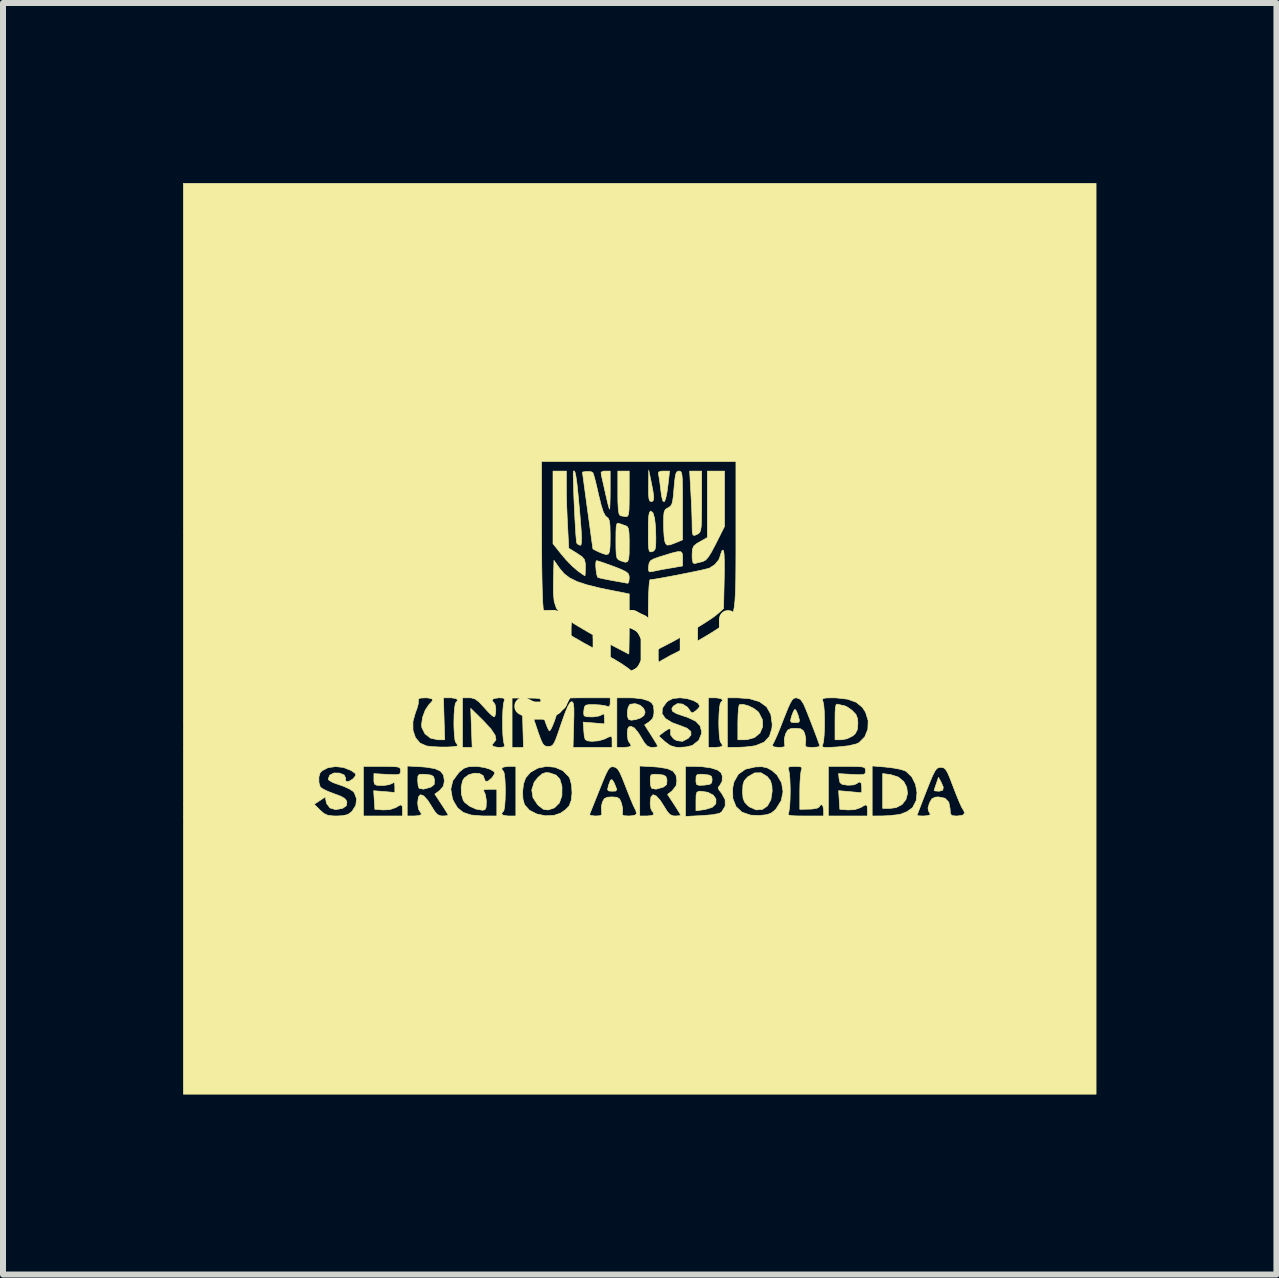
<source format=kicad_pcb>
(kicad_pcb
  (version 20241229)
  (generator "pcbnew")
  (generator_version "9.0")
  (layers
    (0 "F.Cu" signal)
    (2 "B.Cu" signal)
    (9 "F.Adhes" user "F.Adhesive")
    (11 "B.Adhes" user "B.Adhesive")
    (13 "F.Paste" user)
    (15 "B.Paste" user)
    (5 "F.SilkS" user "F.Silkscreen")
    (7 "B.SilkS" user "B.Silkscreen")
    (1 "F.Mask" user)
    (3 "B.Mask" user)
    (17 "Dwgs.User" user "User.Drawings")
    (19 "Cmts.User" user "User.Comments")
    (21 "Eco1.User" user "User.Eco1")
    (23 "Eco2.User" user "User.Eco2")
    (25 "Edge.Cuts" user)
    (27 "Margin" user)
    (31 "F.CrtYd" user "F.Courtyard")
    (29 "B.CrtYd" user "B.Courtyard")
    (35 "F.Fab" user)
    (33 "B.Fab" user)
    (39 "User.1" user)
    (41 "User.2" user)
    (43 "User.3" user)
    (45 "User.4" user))
  (footprint "logousa"
    (layer "F.Cu")
    (at 7.593 7.593)
    (property "Reference" "logousa" (at 0 0 0) (layer "F.SilkS") (effects (font (size 1.524 1.524) (thickness 0.3))))
    (attr through_hole)
    (fp_poly (pts (xy -0.416 2.389) (xy -0.388 2.453) (xy -0.366 2.514) (xy -0.384 2.537) (xy -0.442 2.54) (xy -0.501 2.536) (xy -0.52 2.514) (xy -0.507 2.454) (xy -0.499 2.428) (xy -0.473 2.359) (xy -0.448 2.345) (xy -0.416 2.389)) (stroke (width 0.01) (type solid)) (fill yes) (layer "F.SilkS"))
    (fp_poly (pts (xy 0.209 -2.603) (xy 0.237 -2.459) (xy 0.249 -2.365) (xy 0.246 -2.312) (xy 0.227 -2.289) (xy 0.206 -2.286) (xy 0.182 -2.297) (xy 0.169 -2.338) (xy 0.163 -2.421) (xy 0.163 -2.548) (xy 0.166 -2.81) (xy 0.209 -2.603)) (stroke (width 0.01) (type solid)) (fill yes) (layer "F.SilkS"))
    (fp_poly (pts (xy 4.199 2.264) (xy 4.326 2.305) (xy 4.415 2.379) (xy 4.465 2.474) (xy 4.478 2.578) (xy 4.452 2.677) (xy 4.389 2.76) (xy 4.289 2.813) (xy 4.192 2.826) (xy 4.064 2.826) (xy 4.064 2.246) (xy 4.199 2.264)) (stroke (width 0.01) (type solid)) (fill yes) (layer "F.SilkS"))
    (fp_poly (pts (xy 5.036 2.385) (xy 5.074 2.473) (xy 5.065 2.523) (xy 5.008 2.54) (xy 5.001 2.54) (xy 4.941 2.536) (xy 4.921 2.529) (xy 4.931 2.494) (xy 4.954 2.425) (xy 4.958 2.414) (xy 4.994 2.309) (xy 5.036 2.385)) (stroke (width 0.01) (type solid)) (fill yes) (layer "F.SilkS"))
    (fp_poly (pts (xy 1.151 2.558) (xy 1.243 2.607) (xy 1.286 2.669) (xy 1.285 2.749) (xy 1.225 2.808) (xy 1.109 2.844) (xy 1.084 2.848) (xy 0.953 2.866) (xy 0.953 2.703) (xy 0.955 2.607) (xy 0.968 2.559) (xy 0.998 2.542) (xy 1.03 2.54) (xy 1.151 2.558)) (stroke (width 0.01) (type solid)) (fill yes) (layer "F.SilkS"))
    (fp_poly (pts (xy 0.022 1.108) (xy 0.081 1.159) (xy 0.106 1.222) (xy 0.086 1.279) (xy 0.032 1.318) (xy -0.047 1.346) (xy -0.123 1.357) (xy -0.168 1.345) (xy -0.189 1.292) (xy -0.19 1.212) (xy -0.175 1.137) (xy -0.146 1.092) (xy -0.143 1.091) (xy -0.058 1.081) (xy 0.022 1.108)) (stroke (width 0.01) (type solid)) (fill yes) (layer "F.SilkS"))
    (fp_poly (pts (xy 0.493 -2.611) (xy 0.471 -2.442) (xy 0.448 -2.332) (xy 0.425 -2.283) (xy 0.402 -2.295) (xy 0.382 -2.369) (xy 0.366 -2.484) (xy 0.352 -2.599) (xy 0.338 -2.693) (xy 0.329 -2.738) (xy 0.33 -2.778) (xy 0.375 -2.793) (xy 0.413 -2.794) (xy 0.513 -2.794) (xy 0.493 -2.611)) (stroke (width 0.01) (type solid)) (fill yes) (layer "F.SilkS"))
    (fp_poly (pts (xy 2.626 1.202) (xy 2.653 1.269) (xy 2.659 1.286) (xy 2.678 1.359) (xy 2.669 1.39) (xy 2.622 1.397) (xy 2.603 1.397) (xy 2.546 1.393) (xy 2.528 1.37) (xy 2.541 1.309) (xy 2.548 1.286) (xy 2.576 1.213) (xy 2.6 1.176) (xy 2.603 1.175) (xy 2.626 1.202)) (stroke (width 0.01) (type solid)) (fill yes) (layer "F.SilkS"))
    (fp_poly (pts (xy -0.159 -2.413) (xy -0.16 -2.251) (xy -0.163 -2.143) (xy -0.171 -2.078) (xy -0.184 -2.045) (xy -0.205 -2.035) (xy -0.214 -2.035) (xy -0.286 -2.046) (xy -0.31 -2.053) (xy -0.329 -2.083) (xy -0.341 -2.158) (xy -0.348 -2.285) (xy -0.349 -2.432) (xy -0.349 -2.794) (xy -0.159 -2.794) (xy -0.159 -2.413)) (stroke (width 0.01) (type solid)) (fill yes) (layer "F.SilkS"))
    (fp_poly (pts (xy 1.087 2.26) (xy 1.173 2.271) (xy 1.212 2.293) (xy 1.222 2.339) (xy 1.222 2.349) (xy 1.215 2.4) (xy 1.182 2.426) (xy 1.104 2.437) (xy 1.087 2.439) (xy 1.003 2.442) (xy 0.964 2.428) (xy 0.953 2.385) (xy 0.953 2.349) (xy 0.956 2.288) (xy 0.979 2.261) (xy 1.039 2.257) (xy 1.087 2.26)) (stroke (width 0.01) (type solid)) (fill yes) (layer "F.SilkS"))
    (fp_poly (pts (xy -3.548 2.26) (xy -3.462 2.271) (xy -3.42 2.296) (xy -3.404 2.346) (xy -3.403 2.357) (xy -3.409 2.428) (xy -3.459 2.469) (xy -3.477 2.476) (xy -3.586 2.506) (xy -3.653 2.495) (xy -3.662 2.487) (xy -3.676 2.444) (xy -3.683 2.366) (xy -3.683 2.358) (xy -3.68 2.291) (xy -3.659 2.262) (xy -3.602 2.257) (xy -3.548 2.26)) (stroke (width 0.01) (type solid)) (fill yes) (layer "F.SilkS"))
    (fp_poly (pts (xy -0.476 -2.477) (xy -0.477 -2.343) (xy -0.48 -2.237) (xy -0.484 -2.173) (xy -0.487 -2.159) (xy -0.498 -2.188) (xy -0.518 -2.264) (xy -0.543 -2.372) (xy -0.551 -2.405) (xy -0.579 -2.532) (xy -0.604 -2.643) (xy -0.621 -2.716) (xy -0.623 -2.723) (xy -0.628 -2.775) (xy -0.591 -2.793) (xy -0.559 -2.794) (xy -0.476 -2.794) (xy -0.476 -2.477)) (stroke (width 0.01) (type solid)) (fill yes) (layer "F.SilkS"))
    (fp_poly (pts (xy 0.325 2.26) (xy 0.412 2.271) (xy 0.453 2.296) (xy 0.469 2.346) (xy 0.47 2.357) (xy 0.465 2.428) (xy 0.415 2.469) (xy 0.397 2.476) (xy 0.288 2.506) (xy 0.221 2.495) (xy 0.212 2.487) (xy 0.197 2.444) (xy 0.191 2.366) (xy 0.191 2.358) (xy 0.194 2.291) (xy 0.215 2.262) (xy 0.272 2.257) (xy 0.325 2.26)) (stroke (width 0.01) (type solid)) (fill yes) (layer "F.SilkS"))
    (fp_poly (pts (xy 1.824 1.116) (xy 1.915 1.16) (xy 1.987 1.215) (xy 1.999 1.228) (xy 2.06 1.347) (xy 2.065 1.465) (xy 2.02 1.569) (xy 1.931 1.645) (xy 1.806 1.681) (xy 1.774 1.683) (xy 1.651 1.683) (xy 1.651 1.399) (xy 1.654 1.271) (xy 1.661 1.169) (xy 1.672 1.108) (xy 1.678 1.098) (xy 1.737 1.093) (xy 1.824 1.116)) (stroke (width 0.01) (type solid)) (fill yes) (layer "F.SilkS"))
    (fp_poly (pts (xy -1.483 2.235) (xy -1.378 2.272) (xy -1.315 2.339) (xy -1.282 2.451) (xy -1.279 2.472) (xy -1.281 2.617) (xy -1.323 2.736) (xy -1.401 2.814) (xy -1.417 2.822) (xy -1.512 2.853) (xy -1.589 2.841) (xy -1.67 2.779) (xy -1.685 2.765) (xy -1.763 2.647) (xy -1.783 2.519) (xy -1.743 2.392) (xy -1.681 2.312) (xy -1.609 2.25) (xy -1.547 2.229) (xy -1.483 2.235)) (stroke (width 0.01) (type solid)) (fill yes) (layer "F.SilkS"))
    (fp_poly (pts (xy 0.238 -2.096) (xy 0.264 -2.006) (xy 0.28 -1.86) (xy 0.285 -1.679) (xy 0.283 -1.564) (xy 0.274 -1.497) (xy 0.252 -1.464) (xy 0.222 -1.451) (xy 0.194 -1.447) (xy 0.176 -1.46) (xy 0.166 -1.5) (xy 0.16 -1.578) (xy 0.159 -1.704) (xy 0.159 -1.781) (xy 0.16 -1.939) (xy 0.166 -2.044) (xy 0.177 -2.103) (xy 0.195 -2.126) (xy 0.202 -2.127) (xy 0.238 -2.096)) (stroke (width 0.01) (type solid)) (fill yes) (layer "F.SilkS"))
    (fp_poly (pts (xy 0.698 -1.451) (xy 0.723 -1.427) (xy 0.73 -1.377) (xy 0.73 -1.337) (xy 0.73 -1.213) (xy 0.516 -1.176) (xy 0.395 -1.155) (xy 0.29 -1.134) (xy 0.228 -1.121) (xy 0.178 -1.115) (xy 0.161 -1.142) (xy 0.164 -1.208) (xy 0.173 -1.262) (xy 0.195 -1.299) (xy 0.243 -1.328) (xy 0.33 -1.36) (xy 0.413 -1.386) (xy 0.554 -1.429) (xy 0.646 -1.451) (xy 0.698 -1.451)) (stroke (width 0.01) (type solid)) (fill yes) (layer "F.SilkS"))
    (fp_poly (pts (xy 1.048 -2.287) (xy 1.047 -2.096) (xy 1.045 -1.959) (xy 1.04 -1.866) (xy 1.03 -1.807) (xy 1.016 -1.772) (xy 0.995 -1.753) (xy 0.986 -1.747) (xy 0.934 -1.723) (xy 0.905 -1.727) (xy 0.892 -1.771) (xy 0.889 -1.866) (xy 0.889 -1.897) (xy 0.887 -2.007) (xy 0.882 -2.157) (xy 0.874 -2.325) (xy 0.868 -2.437) (xy 0.848 -2.794) (xy 1.048 -2.794) (xy 1.048 -2.287)) (stroke (width 0.01) (type solid)) (fill yes) (layer "F.SilkS"))
    (fp_poly (pts (xy 1.429 -1.872) (xy 1.286 -1.587) (xy 1.215 -1.452) (xy 1.161 -1.364) (xy 1.115 -1.312) (xy 1.07 -1.288) (xy 1.056 -1.284) (xy 0.977 -1.265) (xy 0.929 -1.252) (xy 0.903 -1.267) (xy 0.89 -1.335) (xy 0.889 -1.392) (xy 0.893 -1.487) (xy 0.915 -1.543) (xy 0.968 -1.588) (xy 1.016 -1.615) (xy 1.143 -1.687) (xy 1.143 -2.794) (xy 1.429 -2.794) (xy 1.429 -1.872)) (stroke (width 0.01) (type solid)) (fill yes) (layer "F.SilkS"))
    (fp_poly (pts (xy 3.32 1.092) (xy 3.39 1.109) (xy 3.413 1.111) (xy 3.463 1.13) (xy 3.534 1.178) (xy 3.554 1.193) (xy 3.619 1.261) (xy 3.647 1.335) (xy 3.651 1.413) (xy 3.642 1.514) (xy 3.608 1.58) (xy 3.568 1.617) (xy 3.471 1.666) (xy 3.377 1.683) (xy 3.27 1.683) (xy 3.27 1.378) (xy 3.271 1.236) (xy 3.276 1.148) (xy 3.287 1.102) (xy 3.304 1.089) (xy 3.32 1.092)) (stroke (width 0.01) (type solid)) (fill yes) (layer "F.SilkS"))
    (fp_poly (pts (xy 2.139 2.295) (xy 2.145 2.3) (xy 2.195 2.366) (xy 2.218 2.447) (xy 2.223 2.54) (xy 2.201 2.683) (xy 2.144 2.786) (xy 2.059 2.844) (xy 1.957 2.851) (xy 1.847 2.803) (xy 1.819 2.781) (xy 1.765 2.724) (xy 1.738 2.66) (xy 1.73 2.562) (xy 1.73 2.54) (xy 1.736 2.434) (xy 1.758 2.366) (xy 1.807 2.31) (xy 1.819 2.299) (xy 1.93 2.235) (xy 2.037 2.233) (xy 2.139 2.295)) (stroke (width 0.01) (type solid)) (fill yes) (layer "F.SilkS"))
    (fp_poly (pts (xy -1.206 -2.529) (xy -1.205 -2.383) (xy -1.2 -2.201) (xy -1.192 -2.01) (xy -1.186 -1.886) (xy -1.166 -1.508) (xy -1.027 -1.422) (xy -0.945 -1.367) (xy -0.904 -1.318) (xy -0.89 -1.253) (xy -0.889 -1.192) (xy -0.891 -1.106) (xy -0.895 -1.055) (xy -0.897 -1.049) (xy -0.925 -1.066) (xy -0.987 -1.11) (xy -1.023 -1.136) (xy -1.105 -1.207) (xy -1.202 -1.306) (xy -1.285 -1.403) (xy -1.429 -1.583) (xy -1.429 -2.794) (xy -1.206 -2.794) (xy -1.206 -2.529)) (stroke (width 0.01) (type solid)) (fill yes) (layer "F.SilkS"))
    (fp_poly (pts (xy -0.662 -1.291) (xy -0.576 -1.262) (xy -0.462 -1.221) (xy -0.415 -1.204) (xy -0.291 -1.155) (xy -0.215 -1.118) (xy -0.176 -1.086) (xy -0.161 -1.048) (xy -0.159 -1.013) (xy -0.166 -0.949) (xy -0.183 -0.924) (xy -0.223 -0.931) (xy -0.309 -0.947) (xy -0.423 -0.967) (xy -0.44 -0.97) (xy -0.554 -0.992) (xy -0.639 -1.01) (xy -0.681 -1.022) (xy -0.683 -1.022) (xy -0.699 -1.066) (xy -0.711 -1.139) (xy -0.717 -1.219) (xy -0.714 -1.281) (xy -0.704 -1.302) (xy -0.662 -1.291)) (stroke (width 0.01) (type solid)) (fill yes) (layer "F.SilkS"))
    (fp_poly (pts (xy -0.325 -1.921) (xy -0.245 -1.892) (xy -0.214 -1.882) (xy -0.188 -1.866) (xy -0.171 -1.829) (xy -0.162 -1.759) (xy -0.159 -1.644) (xy -0.159 -1.568) (xy -0.16 -1.422) (xy -0.168 -1.331) (xy -0.187 -1.285) (xy -0.223 -1.275) (xy -0.282 -1.292) (xy -0.31 -1.303) (xy -0.343 -1.32) (xy -0.364 -1.349) (xy -0.375 -1.402) (xy -0.38 -1.492) (xy -0.381 -1.633) (xy -0.381 -1.637) (xy -0.38 -1.778) (xy -0.376 -1.866) (xy -0.366 -1.912) (xy -0.349 -1.926) (xy -0.325 -1.921)) (stroke (width 0.01) (type solid)) (fill yes) (layer "F.SilkS"))
    (fp_poly (pts (xy -1.061 -2.771) (xy -1.047 -2.706) (xy -1.031 -2.596) (xy -1.014 -2.436) (xy -0.994 -2.22) (xy -0.988 -2.162) (xy -0.97 -1.946) (xy -0.958 -1.786) (xy -0.953 -1.674) (xy -0.955 -1.604) (xy -0.962 -1.567) (xy -0.976 -1.556) (xy -0.976 -1.556) (xy -1.024 -1.581) (xy -1.034 -1.598) (xy -1.04 -1.641) (xy -1.048 -1.733) (xy -1.056 -1.863) (xy -1.065 -2.018) (xy -1.073 -2.185) (xy -1.081 -2.354) (xy -1.086 -2.51) (xy -1.09 -2.643) (xy -1.092 -2.74) (xy -1.09 -2.788) (xy -1.089 -2.791) (xy -1.075 -2.798) (xy -1.061 -2.771)) (stroke (width 0.01) (type solid)) (fill yes) (layer "F.SilkS"))
    (fp_poly (pts (xy -1.313 -1.165) (xy -1.241 -1.082) (xy -1.15 -1.013) (xy -1.028 -0.953) (xy -0.868 -0.9) (xy -0.659 -0.848) (xy -0.5 -0.815) (xy -0.159 -0.747) (xy -0.159 -0.247) (xy -0.159 -0.076) (xy -0.161 0.069) (xy -0.163 0.179) (xy -0.165 0.242) (xy -0.167 0.254) (xy -0.196 0.239) (xy -0.27 0.201) (xy -0.377 0.145) (xy -0.494 0.083) (xy -0.657 -0.006) (xy -0.833 -0.105) (xy -0.993 -0.199) (xy -1.066 -0.243) (xy -1.208 -0.336) (xy -1.308 -0.42) (xy -1.373 -0.51) (xy -1.409 -0.619) (xy -1.423 -0.762) (xy -1.422 -0.952) (xy -1.422 -0.968) (xy -1.413 -1.307) (xy -1.313 -1.165)) (stroke (width 0.01) (type solid)) (fill yes) (layer "F.SilkS"))
    (fp_poly (pts (xy 0.691 -2.791) (xy 0.707 -2.775) (xy 0.718 -2.738) (xy 0.725 -2.671) (xy 0.728 -2.566) (xy 0.73 -2.414) (xy 0.73 -2.221) (xy 0.73 -1.648) (xy 0.62 -1.602) (xy 0.526 -1.566) (xy 0.473 -1.561) (xy 0.446 -1.589) (xy 0.433 -1.627) (xy 0.423 -1.695) (xy 0.416 -1.802) (xy 0.413 -1.924) (xy 0.415 -2.043) (xy 0.423 -2.114) (xy 0.443 -2.154) (xy 0.48 -2.179) (xy 0.489 -2.183) (xy 0.525 -2.205) (xy 0.55 -2.24) (xy 0.566 -2.302) (xy 0.579 -2.404) (xy 0.587 -2.506) (xy 0.6 -2.643) (xy 0.612 -2.729) (xy 0.629 -2.775) (xy 0.653 -2.792) (xy 0.67 -2.794) (xy 0.691 -2.791)) (stroke (width 0.01) (type solid)) (fill yes) (layer "F.SilkS"))
    (fp_poly (pts (xy -0.795 -2.784) (xy -0.763 -2.765) (xy -0.748 -2.721) (xy -0.723 -2.63) (xy -0.693 -2.505) (xy -0.668 -2.395) (xy -0.627 -2.227) (xy -0.591 -2.114) (xy -0.557 -2.05) (xy -0.535 -2.029) (xy -0.507 -2.007) (xy -0.49 -1.966) (xy -0.48 -1.893) (xy -0.477 -1.777) (xy -0.476 -1.698) (xy -0.478 -1.55) (xy -0.486 -1.458) (xy -0.506 -1.412) (xy -0.547 -1.403) (xy -0.612 -1.424) (xy -0.659 -1.444) (xy -0.728 -1.476) (xy -0.763 -1.497) (xy -0.764 -1.499) (xy -0.769 -1.532) (xy -0.781 -1.618) (xy -0.799 -1.748) (xy -0.821 -1.912) (xy -0.847 -2.101) (xy -0.853 -2.143) (xy -0.939 -2.778) (xy -0.862 -2.789) (xy -0.795 -2.784)) (stroke (width 0.01) (type solid)) (fill yes) (layer "F.SilkS"))
    (fp_poly (pts (xy 1.414 -1.465) (xy 1.422 -1.404) (xy 1.426 -1.289) (xy 1.426 -1.117) (xy 1.424 -1.001) (xy 1.413 -0.503) (xy 1.314 -0.415) (xy 1.234 -0.353) (xy 1.109 -0.27) (xy 0.952 -0.173) (xy 0.776 -0.07) (xy 0.594 0.032) (xy 0.417 0.125) (xy 0.389 0.139) (xy 0.159 0.255) (xy 0.159 -0.365) (xy 0.16 -0.571) (xy 0.164 -0.744) (xy 0.171 -0.875) (xy 0.179 -0.958) (xy 0.188 -0.984) (xy 0.245 -0.99) (xy 0.348 -1.007) (xy 0.485 -1.032) (xy 0.64 -1.061) (xy 0.799 -1.093) (xy 0.948 -1.123) (xy 1.072 -1.15) (xy 1.156 -1.171) (xy 1.181 -1.179) (xy 1.267 -1.235) (xy 1.335 -1.318) (xy 1.365 -1.403) (xy 1.365 -1.41) (xy 1.386 -1.466) (xy 1.4 -1.478) (xy 1.414 -1.465)) (stroke (width 0.01) (type solid)) (fill yes) (layer "F.SilkS"))
    (fp_poly (pts (xy 7.62 7.588) (xy -7.588 7.588) (xy -7.588 2.757) (xy -5.407 2.757) (xy -5.31 2.855) (xy -5.243 2.913) (xy -5.178 2.942) (xy -5.087 2.952) (xy -5.033 2.953) (xy -4.919 2.947) (xy -4.844 2.926) (xy -4.784 2.882) (xy -4.777 2.875) (xy -4.715 2.776) (xy -4.702 2.667) (xy -4.739 2.567) (xy -4.759 2.543) (xy -4.823 2.501) (xy -4.923 2.456) (xy -4.997 2.431) (xy -5.098 2.395) (xy -5.161 2.358) (xy -5.175 2.337) (xy -5.148 2.272) (xy -5.078 2.236) (xy -4.986 2.238) (xy -4.909 2.269) (xy -4.883 2.322) (xy -4.886 2.357) (xy -4.87 2.381) (xy -4.824 2.373) (xy -4.768 2.339) (xy -4.748 2.319) (xy -4.716 2.277) (xy -4.721 2.247) (xy -4.771 2.209) (xy -4.799 2.192) (xy -4.921 2.144) (xy -5.054 2.13) (xy -5.18 2.149) (xy -5.279 2.201) (xy -5.31 2.235) (xy -5.33 2.305) (xy -5.329 2.396) (xy -5.307 2.47) (xy -5.307 2.47) (xy -5.265 2.501) (xy -5.181 2.542) (xy -5.077 2.582) (xy -4.962 2.625) (xy -4.896 2.664) (xy -4.867 2.706) (xy -4.863 2.723) (xy -4.873 2.783) (xy -4.932 2.824) (xy -4.943 2.828) (xy -5.053 2.847) (xy -5.144 2.819) (xy -5.199 2.749) (xy -5.207 2.722) (xy -5.223 2.636) (xy -5.315 2.697) (xy -5.407 2.757) (xy -7.588 2.757) (xy -7.588 2.127) (xy -4.588 2.127) (xy -4.588 2.953) (xy -3.937 2.953) (xy -3.937 2.953) (xy -3.858 2.953) (xy -3.739 2.953) (xy -3.662 2.946) (xy -3.621 2.928) (xy -3.619 2.923) (xy -3.643 2.88) (xy -3.651 2.873) (xy -3.672 2.832) (xy -3.682 2.753) (xy -3.683 2.729) (xy -3.671 2.635) (xy -3.636 2.598) (xy -3.583 2.618) (xy -3.515 2.693) (xy -3.461 2.778) (xy -3.4 2.876) (xy -3.353 2.929) (xy -3.303 2.95) (xy -3.268 2.953) (xy -3.202 2.949) (xy -3.175 2.94) (xy -3.191 2.908) (xy -3.233 2.84) (xy -3.287 2.757) (xy -3.398 2.588) (xy -3.318 2.529) (xy -3.297 2.505) (xy -3.132 2.505) (xy -3.105 2.659) (xy -3.087 2.705) (xy -3.018 2.819) (xy -2.923 2.894) (xy -2.792 2.937) (xy -2.612 2.952) (xy -2.588 2.952) (xy -2.365 2.953) (xy -2.365 2.91) (xy -2.287 2.91) (xy -2.263 2.939) (xy -2.188 2.952) (xy -2.167 2.953) (xy -2.048 2.953) (xy -2.048 2.544) (xy -1.935 2.544) (xy -1.93 2.67) (xy -1.903 2.766) (xy -1.821 2.857) (xy -1.7 2.919) (xy -1.557 2.949) (xy -1.411 2.942) (xy -1.372 2.929) (xy -0.82 2.929) (xy -0.8 2.944) (xy -0.735 2.952) (xy -0.716 2.953) (xy -0.642 2.948) (xy -0.615 2.928) (xy -0.62 2.88) (xy -0.623 2.796) (xy -0.606 2.721) (xy -0.574 2.664) (xy -0.523 2.64) (xy -0.448 2.635) (xy -0.364 2.641) (xy -0.319 2.669) (xy -0.29 2.735) (xy -0.287 2.742) (xy -0.269 2.828) (xy -0.271 2.896) (xy -0.272 2.9) (xy -0.275 2.934) (xy -0.239 2.949) (xy -0.162 2.953) (xy 0.016 2.953) (xy 0.135 2.953) (xy 0.211 2.946) (xy 0.252 2.928) (xy 0.254 2.923) (xy 0.231 2.88) (xy 0.222 2.873) (xy 0.202 2.832) (xy 0.191 2.753) (xy 0.191 2.729) (xy 0.203 2.635) (xy 0.238 2.598) (xy 0.291 2.618) (xy 0.358 2.693) (xy 0.413 2.778) (xy 0.473 2.876) (xy 0.521 2.929) (xy 0.57 2.95) (xy 0.606 2.953) (xy 0.672 2.949) (xy 0.699 2.94) (xy 0.682 2.908) (xy 0.64 2.84) (xy 0.589 2.76) (xy 0.48 2.594) (xy 0.557 2.533) (xy 0.621 2.45) (xy 0.635 2.368) (xy 0.62 2.273) (xy 0.571 2.206) (xy 0.478 2.164) (xy 0.335 2.14) (xy 0.262 2.134) (xy 0.141 2.127) (xy 0.778 2.127) (xy 0.778 2.96) (xy 1.056 2.946) (xy 1.229 2.932) (xy 1.339 2.91) (xy 1.38 2.887) (xy 1.44 2.788) (xy 1.439 2.68) (xy 1.384 2.58) (xy 1.334 2.515) (xy 1.327 2.488) (xy 1.564 2.488) (xy 1.568 2.662) (xy 1.621 2.797) (xy 1.721 2.89) (xy 1.865 2.939) (xy 2.013 2.944) (xy 2.127 2.932) (xy 2.201 2.908) (xy 2.261 2.862) (xy 2.289 2.833) (xy 2.374 2.696) (xy 2.404 2.548) (xy 2.38 2.401) (xy 2.305 2.271) (xy 2.221 2.196) (xy 2.139 2.15) (xy 2.114 2.145) (xy 2.489 2.145) (xy 2.494 2.177) (xy 2.497 2.183) (xy 2.509 2.238) (xy 2.518 2.339) (xy 2.523 2.469) (xy 2.524 2.54) (xy 2.521 2.678) (xy 2.514 2.796) (xy 2.503 2.876) (xy 2.497 2.897) (xy 2.489 2.923) (xy 2.504 2.939) (xy 2.552 2.948) (xy 2.643 2.952) (xy 2.775 2.953) (xy 3.08 2.953) (xy 3.08 2.857) (xy 3.069 2.789) (xy 3.044 2.761) (xy 3.016 2.783) (xy 3.009 2.8) (xy 2.972 2.823) (xy 2.89 2.837) (xy 2.84 2.839) (xy 2.683 2.842) (xy 2.683 2.54) (xy 2.686 2.402) (xy 2.694 2.284) (xy 2.704 2.204) (xy 2.711 2.183) (xy 2.719 2.148) (xy 2.692 2.132) (xy 2.616 2.127) (xy 2.603 2.127) (xy 3.159 2.127) (xy 3.159 2.953) (xy 3.81 2.953) (xy 3.889 2.953) (xy 4.064 2.952) (xy 4.192 2.946) (xy 4.201 2.945) (xy 4.636 2.945) (xy 4.664 2.95) (xy 4.732 2.953) (xy 4.747 2.953) (xy 4.82 2.946) (xy 4.857 2.931) (xy 4.858 2.927) (xy 4.838 2.884) (xy 4.828 2.872) (xy 4.819 2.82) (xy 4.843 2.738) (xy 4.883 2.667) (xy 4.939 2.639) (xy 4.995 2.635) (xy 5.102 2.657) (xy 5.166 2.723) (xy 5.188 2.837) (xy 5.188 2.845) (xy 5.192 2.915) (xy 5.218 2.946) (xy 5.284 2.953) (xy 5.309 2.953) (xy 5.397 2.94) (xy 5.431 2.904) (xy 5.408 2.85) (xy 5.399 2.84) (xy 5.376 2.799) (xy 5.337 2.712) (xy 5.288 2.592) (xy 5.243 2.476) (xy 5.188 2.331) (xy 5.147 2.235) (xy 5.114 2.179) (xy 5.083 2.152) (xy 5.048 2.144) (xy 5.032 2.143) (xy 4.996 2.147) (xy 4.966 2.164) (xy 4.935 2.205) (xy 4.898 2.277) (xy 4.85 2.392) (xy 4.791 2.54) (xy 4.734 2.686) (xy 4.687 2.809) (xy 4.653 2.898) (xy 4.637 2.942) (xy 4.636 2.945) (xy 4.201 2.945) (xy 4.317 2.931) (xy 4.366 2.922) (xy 4.468 2.881) (xy 4.554 2.82) (xy 4.564 2.81) (xy 4.622 2.698) (xy 4.636 2.563) (xy 4.611 2.425) (xy 4.549 2.301) (xy 4.456 2.211) (xy 4.427 2.196) (xy 4.353 2.174) (xy 4.241 2.153) (xy 4.117 2.138) (xy 3.889 2.119) (xy 3.889 2.953) (xy 3.81 2.953) (xy 3.81 2.857) (xy 3.806 2.787) (xy 3.783 2.767) (xy 3.729 2.793) (xy 3.7 2.812) (xy 3.599 2.847) (xy 3.487 2.852) (xy 3.35 2.842) (xy 3.34 2.686) (xy 3.33 2.531) (xy 3.522 2.548) (xy 3.715 2.566) (xy 3.715 2.473) (xy 3.704 2.4) (xy 3.671 2.385) (xy 3.63 2.415) (xy 3.579 2.435) (xy 3.494 2.44) (xy 3.473 2.439) (xy 3.391 2.427) (xy 3.353 2.397) (xy 3.339 2.338) (xy 3.329 2.247) (xy 3.554 2.26) (xy 3.67 2.265) (xy 3.738 2.262) (xy 3.769 2.248) (xy 3.778 2.219) (xy 3.778 2.2) (xy 3.775 2.166) (xy 3.759 2.145) (xy 3.717 2.134) (xy 3.639 2.129) (xy 3.511 2.127) (xy 3.469 2.127) (xy 3.159 2.127) (xy 2.603 2.127) (xy 2.521 2.131) (xy 2.489 2.145) (xy 2.114 2.145) (xy 2.054 2.132) (xy 1.943 2.135) (xy 1.779 2.173) (xy 1.66 2.256) (xy 1.587 2.384) (xy 1.564 2.488) (xy 1.327 2.488) (xy 1.324 2.476) (xy 1.35 2.445) (xy 1.389 2.376) (xy 1.392 2.286) (xy 1.37 2.23) (xy 1.311 2.186) (xy 1.203 2.152) (xy 1.061 2.132) (xy 0.953 2.127) (xy 0.778 2.127) (xy 0.141 2.127) (xy 0.016 2.12) (xy 0.016 2.953) (xy -0.162 2.953) (xy -0.071 2.945) (xy -0.036 2.916) (xy -0.05 2.859) (xy -0.064 2.833) (xy -0.089 2.782) (xy -0.13 2.686) (xy -0.18 2.561) (xy -0.219 2.461) (xy -0.276 2.317) (xy -0.318 2.223) (xy -0.354 2.168) (xy -0.388 2.142) (xy -0.42 2.134) (xy -0.454 2.133) (xy -0.483 2.149) (xy -0.513 2.188) (xy -0.55 2.261) (xy -0.599 2.377) (xy -0.654 2.514) (xy -0.713 2.661) (xy -0.763 2.787) (xy -0.8 2.879) (xy -0.819 2.926) (xy -0.82 2.929) (xy -1.372 2.929) (xy -1.302 2.905) (xy -1.22 2.848) (xy -1.161 2.787) (xy -1.126 2.696) (xy -1.112 2.573) (xy -1.119 2.442) (xy -1.147 2.332) (xy -1.164 2.299) (xy -1.264 2.198) (xy -1.395 2.141) (xy -1.539 2.127) (xy -1.681 2.155) (xy -1.805 2.226) (xy -1.885 2.319) (xy -1.92 2.418) (xy -1.935 2.544) (xy -2.048 2.544) (xy -2.048 2.127) (xy -2.167 2.127) (xy -2.251 2.137) (xy -2.286 2.163) (xy -2.266 2.198) (xy -2.254 2.207) (xy -2.241 2.245) (xy -2.23 2.333) (xy -2.224 2.456) (xy -2.223 2.54) (xy -2.226 2.677) (xy -2.234 2.788) (xy -2.246 2.857) (xy -2.254 2.873) (xy -2.287 2.91) (xy -2.365 2.91) (xy -2.365 2.508) (xy -2.491 2.508) (xy -2.568 2.512) (xy -2.591 2.527) (xy -2.578 2.546) (xy -2.554 2.6) (xy -2.541 2.689) (xy -2.54 2.721) (xy -2.544 2.808) (xy -2.563 2.848) (xy -2.604 2.857) (xy -2.605 2.857) (xy -2.709 2.839) (xy -2.816 2.791) (xy -2.899 2.727) (xy -2.923 2.695) (xy -2.955 2.592) (xy -2.959 2.474) (xy -2.936 2.369) (xy -2.907 2.32) (xy -2.83 2.264) (xy -2.74 2.24) (xy -2.655 2.245) (xy -2.593 2.279) (xy -2.572 2.335) (xy -2.554 2.376) (xy -2.51 2.371) (xy -2.453 2.323) (xy -2.436 2.302) (xy -2.401 2.248) (xy -2.408 2.216) (xy -2.463 2.182) (xy -2.474 2.176) (xy -2.563 2.147) (xy -2.679 2.129) (xy -2.732 2.127) (xy -2.839 2.133) (xy -2.912 2.158) (xy -2.983 2.215) (xy -3.001 2.233) (xy -3.098 2.364) (xy -3.132 2.505) (xy -3.297 2.505) (xy -3.254 2.454) (xy -3.239 2.368) (xy -3.253 2.273) (xy -3.303 2.206) (xy -3.396 2.164) (xy -3.54 2.14) (xy -3.612 2.134) (xy -3.858 2.12) (xy -3.858 2.953) (xy -3.937 2.953) (xy -3.937 2.857) (xy -3.941 2.787) (xy -3.964 2.767) (xy -4.018 2.793) (xy -4.047 2.812) (xy -4.148 2.847) (xy -4.26 2.852) (xy -4.397 2.842) (xy -4.407 2.687) (xy -4.417 2.532) (xy -4.241 2.546) (xy -4.064 2.561) (xy -4.064 2.465) (xy -4.069 2.403) (xy -4.088 2.395) (xy -4.102 2.407) (xy -4.156 2.43) (xy -4.244 2.444) (xy -4.277 2.445) (xy -4.362 2.442) (xy -4.401 2.424) (xy -4.413 2.379) (xy -4.413 2.346) (xy -4.413 2.247) (xy -4.191 2.26) (xy -4.075 2.265) (xy -4.008 2.262) (xy -3.978 2.248) (xy -3.969 2.218) (xy -3.969 2.2) (xy -3.972 2.166) (xy -3.988 2.145) (xy -4.03 2.134) (xy -4.108 2.129) (xy -4.236 2.127) (xy -4.278 2.127) (xy -4.588 2.127) (xy -7.588 2.127) (xy -7.588 1.379) (xy -3.763 1.379) (xy -3.762 1.523) (xy -3.721 1.647) (xy -3.643 1.739) (xy -3.532 1.787) (xy -3.528 1.787) (xy -3.425 1.798) (xy -3.307 1.804) (xy -3.191 1.804) (xy -3.093 1.799) (xy -3.03 1.789) (xy -3.016 1.78) (xy -3.039 1.737) (xy -3.048 1.73) (xy -3.062 1.692) (xy -3.072 1.604) (xy -3.079 1.481) (xy -3.08 1.397) (xy -3.077 1.26) (xy -3.068 1.149) (xy -3.056 1.08) (xy -3.048 1.064) (xy -3.015 1.027) (xy -3.04 0.998) (xy -3.114 0.985) (xy -3.134 0.984) (xy -2.937 0.984) (xy -2.937 1.81) (xy -2.776 1.81) (xy -2.788 1.484) (xy -2.8 1.159) (xy -2.591 1.364) (xy -2.465 1.5) (xy -2.394 1.606) (xy -2.379 1.684) (xy -2.413 1.73) (xy -2.446 1.767) (xy -2.421 1.796) (xy -2.348 1.809) (xy -2.33 1.81) (xy -2.256 1.805) (xy -2.233 1.787) (xy -2.243 1.754) (xy -2.256 1.694) (xy -2.265 1.589) (xy -2.269 1.458) (xy -2.269 1.318) (xy -2.264 1.189) (xy -2.255 1.089) (xy -2.243 1.04) (xy -2.234 1.003) (xy -2.262 0.988) (xy -2.111 0.988) (xy -2.111 1.81) (xy -2.016 1.81) (xy -1.921 1.81) (xy -1.932 1.429) (xy -1.936 1.266) (xy -1.935 1.156) (xy -1.929 1.09) (xy -1.916 1.057) (xy -1.896 1.048) (xy -1.895 1.048) (xy -1.864 1.073) (xy -1.822 1.151) (xy -1.769 1.285) (xy -1.722 1.421) (xy -1.67 1.576) (xy -1.631 1.681) (xy -1.601 1.746) (xy -1.573 1.779) (xy -1.542 1.792) (xy -1.508 1.794) (xy -1.47 1.791) (xy -1.439 1.776) (xy -1.411 1.738) (xy -1.38 1.669) (xy -1.34 1.557) (xy -1.294 1.421) (xy -1.231 1.244) (xy -1.182 1.125) (xy -1.143 1.061) (xy -1.121 1.048) (xy -1.101 1.056) (xy -1.088 1.087) (xy -1.081 1.152) (xy -1.08 1.26) (xy -1.084 1.42) (xy -1.084 1.429) (xy -1.095 1.81) (xy -0.77 1.81) (xy -0.445 1.81) (xy -0.445 1.714) (xy -0.446 1.648) (xy -0.461 1.625) (xy -0.506 1.639) (xy -0.566 1.669) (xy -0.668 1.7) (xy -0.779 1.709) (xy -0.785 1.709) (xy -0.857 1.7) (xy -0.893 1.677) (xy -0.908 1.623) (xy -0.915 1.544) (xy -0.925 1.389) (xy -0.748 1.403) (xy -0.572 1.418) (xy -0.572 1.322) (xy -0.577 1.26) (xy -0.596 1.252) (xy -0.61 1.264) (xy -0.663 1.287) (xy -0.752 1.301) (xy -0.786 1.302) (xy -0.872 1.299) (xy -0.911 1.283) (xy -0.918 1.241) (xy -0.915 1.199) (xy -0.906 1.137) (xy -0.882 1.107) (xy -0.827 1.097) (xy -0.746 1.097) (xy -0.642 1.103) (xy -0.557 1.116) (xy -0.532 1.124) (xy -0.491 1.132) (xy -0.477 1.093) (xy -0.476 1.067) (xy -0.476 0.984) (xy -0.365 0.984) (xy -0.365 1.81) (xy -0.246 1.81) (xy -0.17 1.803) (xy -0.129 1.785) (xy -0.127 1.78) (xy -0.15 1.737) (xy -0.159 1.73) (xy -0.179 1.689) (xy -0.19 1.61) (xy -0.191 1.586) (xy -0.185 1.503) (xy -0.163 1.467) (xy -0.127 1.46) (xy -0.072 1.487) (xy -0.006 1.568) (xy 0.035 1.635) (xy 0.094 1.733) (xy 0.142 1.786) (xy 0.191 1.807) (xy 0.225 1.81) (xy 0.291 1.805) (xy 0.318 1.794) (xy 0.302 1.762) (xy 0.26 1.692) (xy 0.215 1.62) (xy 0.333 1.62) (xy 0.437 1.715) (xy 0.525 1.78) (xy 0.617 1.807) (xy 0.685 1.81) (xy 0.79 1.802) (xy 0.879 1.781) (xy 0.899 1.773) (xy 1 1.692) (xy 1.044 1.585) (xy 1.047 1.548) (xy 1.023 1.451) (xy 0.947 1.372) (xy 0.813 1.309) (xy 0.751 1.289) (xy 0.629 1.247) (xy 0.564 1.209) (xy 0.55 1.167) (xy 0.574 1.124) (xy 0.645 1.08) (xy 0.73 1.088) (xy 0.813 1.141) (xy 0.878 1.233) (xy 0.904 1.231) (xy 0.951 1.199) (xy 0.996 1.157) (xy 1.016 1.121) (xy 1.016 1.12) (xy 0.987 1.073) (xy 0.912 1.03) (xy 0.808 0.998) (xy 0.693 0.984) (xy 0.689 0.984) (xy 1.159 0.984) (xy 1.159 1.81) (xy 1.278 1.81) (xy 1.278 1.81) (xy 1.476 1.81) (xy 1.651 1.809) (xy 1.779 1.803) (xy 1.904 1.788) (xy 1.953 1.779) (xy 1.959 1.776) (xy 2.224 1.776) (xy 2.255 1.802) (xy 2.336 1.81) (xy 2.41 1.805) (xy 2.435 1.785) (xy 2.428 1.744) (xy 2.425 1.668) (xy 2.446 1.585) (xy 2.481 1.523) (xy 2.532 1.497) (xy 2.608 1.492) (xy 2.694 1.499) (xy 2.74 1.529) (xy 2.765 1.578) (xy 2.783 1.668) (xy 2.779 1.737) (xy 2.774 1.783) (xy 2.798 1.804) (xy 2.868 1.81) (xy 2.889 1.81) (xy 2.968 1.805) (xy 3.013 1.794) (xy 3.016 1.789) (xy 3.016 1.788) (xy 3.056 1.788) (xy 3.067 1.804) (xy 3.109 1.811) (xy 3.194 1.809) (xy 3.313 1.802) (xy 3.496 1.783) (xy 3.623 1.753) (xy 3.67 1.731) (xy 3.766 1.634) (xy 3.817 1.506) (xy 3.822 1.364) (xy 3.779 1.224) (xy 3.725 1.142) (xy 3.623 1.058) (xy 3.48 1.007) (xy 3.289 0.985) (xy 3.227 0.984) (xy 3.124 0.986) (xy 3.072 0.995) (xy 3.06 1.015) (xy 3.068 1.04) (xy 3.082 1.101) (xy 3.091 1.207) (xy 3.095 1.339) (xy 3.094 1.48) (xy 3.089 1.609) (xy 3.079 1.71) (xy 3.067 1.759) (xy 3.056 1.788) (xy 3.016 1.788) (xy 3.005 1.752) (xy 2.976 1.67) (xy 2.934 1.558) (xy 2.885 1.431) (xy 2.835 1.303) (xy 2.789 1.187) (xy 2.752 1.1) (xy 2.746 1.087) (xy 2.695 1.01) (xy 2.63 0.984) (xy 2.625 0.984) (xy 2.59 0.99) (xy 2.559 1.015) (xy 2.526 1.069) (xy 2.484 1.161) (xy 2.428 1.301) (xy 2.412 1.341) (xy 2.357 1.483) (xy 2.307 1.603) (xy 2.269 1.689) (xy 2.249 1.729) (xy 2.224 1.776) (xy 1.959 1.776) (xy 2.09 1.722) (xy 2.178 1.626) (xy 2.219 1.489) (xy 2.223 1.422) (xy 2.2 1.258) (xy 2.13 1.134) (xy 2.011 1.048) (xy 1.843 0.998) (xy 1.651 0.984) (xy 1.476 0.984) (xy 1.476 1.81) (xy 1.278 1.81) (xy 1.354 1.803) (xy 1.395 1.785) (xy 1.397 1.78) (xy 1.374 1.737) (xy 1.365 1.73) (xy 1.352 1.692) (xy 1.341 1.604) (xy 1.335 1.481) (xy 1.333 1.397) (xy 1.337 1.26) (xy 1.345 1.149) (xy 1.357 1.08) (xy 1.365 1.064) (xy 1.398 1.027) (xy 1.374 0.998) (xy 1.299 0.985) (xy 1.278 0.984) (xy 1.159 0.984) (xy 0.689 0.984) (xy 0.683 0.984) (xy 0.571 0.995) (xy 0.492 1.033) (xy 0.459 1.062) (xy 0.393 1.158) (xy 0.388 1.248) (xy 0.444 1.329) (xy 0.559 1.399) (xy 0.676 1.441) (xy 0.803 1.49) (xy 0.868 1.545) (xy 0.87 1.605) (xy 0.824 1.659) (xy 0.729 1.709) (xy 0.635 1.698) (xy 0.581 1.667) (xy 0.531 1.603) (xy 0.53 1.556) (xy 0.533 1.504) (xy 0.498 1.501) (xy 0.424 1.548) (xy 0.413 1.557) (xy 0.333 1.62) (xy 0.215 1.62) (xy 0.207 1.607) (xy 0.097 1.435) (xy 0.176 1.383) (xy 0.231 1.33) (xy 0.252 1.254) (xy 0.254 1.207) (xy 0.246 1.118) (xy 0.213 1.066) (xy 0.16 1.033) (xy 0.063 1.003) (xy -0.075 0.986) (xy -0.149 0.984) (xy -0.365 0.984) (xy -0.476 0.984) (xy -0.908 0.984) (xy -1.083 0.985) (xy -1.204 0.989) (xy -1.278 0.996) (xy -1.316 1.007) (xy -1.324 1.024) (xy -1.323 1.03) (xy -1.323 1.078) (xy -1.34 1.16) (xy -1.369 1.261) (xy -1.403 1.365) (xy -1.439 1.456) (xy -1.47 1.518) (xy -1.491 1.535) (xy -1.492 1.535) (xy -1.521 1.481) (xy -1.556 1.39) (xy -1.59 1.279) (xy -1.617 1.17) (xy -1.634 1.082) (xy -1.633 1.038) (xy -1.631 1.012) (xy -1.656 0.997) (xy -1.72 0.99) (xy -1.834 0.988) (xy -1.862 0.988) (xy -2.111 0.988) (xy -2.262 0.988) (xy -2.264 0.987) (xy -2.33 0.984) (xy -2.412 0.995) (xy -2.445 1.021) (xy -2.423 1.057) (xy -2.413 1.064) (xy -2.392 1.103) (xy -2.382 1.172) (xy -2.385 1.244) (xy -2.399 1.294) (xy -2.411 1.302) (xy -2.446 1.279) (xy -2.507 1.221) (xy -2.578 1.143) (xy -2.66 1.054) (xy -2.723 1.006) (xy -2.785 0.986) (xy -2.826 0.984) (xy -2.937 0.984) (xy -3.134 0.984) (xy -3.135 0.984) (xy -3.254 0.984) (xy -3.244 1.333) (xy -3.233 1.683) (xy -3.348 1.683) (xy -3.469 1.656) (xy -3.562 1.584) (xy -3.614 1.481) (xy -3.619 1.429) (xy -3.602 1.308) (xy -3.557 1.188) (xy -3.495 1.096) (xy -3.482 1.084) (xy -3.435 1.032) (xy -3.447 1) (xy -3.518 0.985) (xy -3.559 0.984) (xy -3.643 0.989) (xy -3.674 1.007) (xy -3.672 1.031) (xy -3.674 1.085) (xy -3.698 1.172) (xy -3.72 1.226) (xy -3.763 1.379) (xy -7.588 1.379) (xy -7.588 -2.953) (xy -1.619 -2.953) (xy -1.619 -1.77) (xy -1.618 -1.478) (xy -1.616 -1.21) (xy -1.612 -0.973) (xy -1.607 -0.773) (xy -1.601 -0.618) (xy -1.593 -0.515) (xy -1.588 -0.474) (xy -1.541 -0.373) (xy -1.472 -0.283) (xy -1.469 -0.28) (xy -1.39 -0.219) (xy -1.264 -0.136) (xy -1.104 -0.038) (xy -0.92 0.068) (xy -0.722 0.176) (xy -0.545 0.268) (xy -0.407 0.343) (xy -0.276 0.423) (xy -0.172 0.496) (xy -0.143 0.519) (xy -0.07 0.583) (xy -0.02 0.624) (xy -0.006 0.634) (xy 0.022 0.616) (xy 0.084 0.568) (xy 0.153 0.512) (xy 0.253 0.44) (xy 0.386 0.357) (xy 0.528 0.278) (xy 0.566 0.259) (xy 0.73 0.175) (xy 0.903 0.08) (xy 1.075 -0.018) (xy 1.231 -0.112) (xy 1.358 -0.195) (xy 1.445 -0.257) (xy 1.457 -0.267) (xy 1.496 -0.304) (xy 1.529 -0.342) (xy 1.555 -0.389) (xy 1.576 -0.449) (xy 1.592 -0.53) (xy 1.603 -0.638) (xy 1.611 -0.779) (xy 1.616 -0.959) (xy 1.618 -1.184) (xy 1.619 -1.461) (xy 1.619 -1.745) (xy 1.619 -2.953) (xy -1.619 -2.953) (xy -7.588 -2.953) (xy -7.588 -7.588) (xy 7.62 -7.588) (xy 7.62 7.588)) (stroke (width 0.01) (type solid)) (fill yes) (layer "F.SilkS")))
  (gr_rect
    (start -3 -3)
    (end 18.218 18.186)
    (stroke (width 0.1) (type default))
    (fill no)
    (layer "Edge.Cuts")))
</source>
